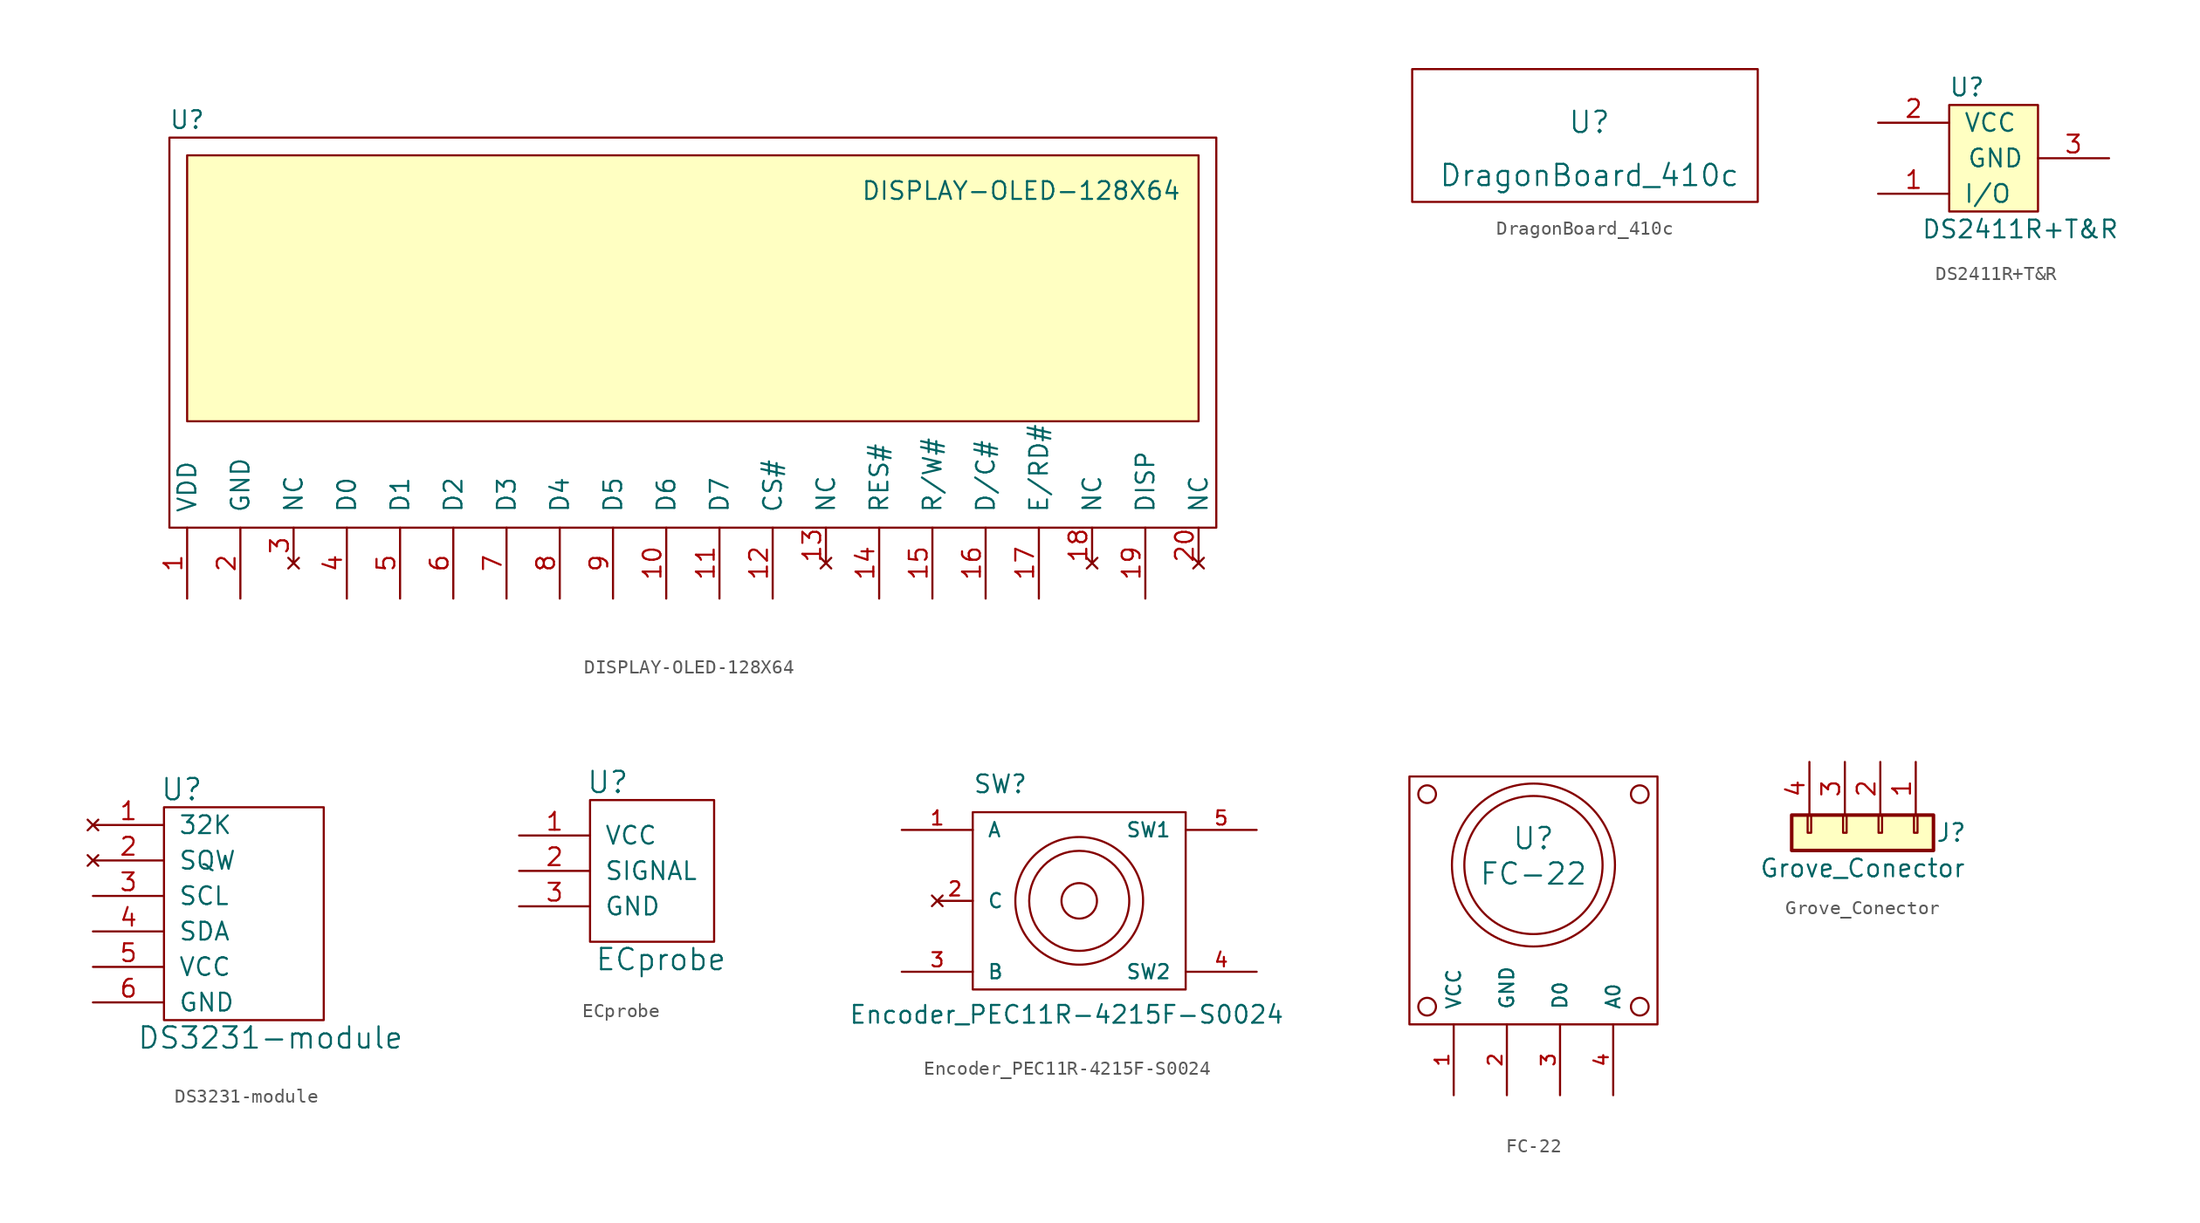
<source format=kicad_sym>
(kicad_symbol_lib
  (version 20211014)
  (generator kicad_symbol_editor)
  (symbol "DISPLAY-OLED-128X64"
    (pin_names
      (offset 1.016))
    (property "Reference" "U"
      (at 1.27 34.29 0)
      (effects (font (size 1.27 1.27))))
    (property "Value" "DISPLAY-OLED-128X64"
      (at 60.96 29.21 0)
      (effects (font (size 1.27 1.27))))
    (symbol "DISPLAY-OLED-128X64_0_1"
      (rectangle (start 0 5.08) (end 74.93 33.02) (stroke (width 0) (type default) (color 0 0 0 0)) (fill (type none)))
      (rectangle (start 1.27 31.75) (end 73.66 12.7) (stroke (width 0) (type default) (color 0 0 0 0)) (fill (type background))))
    (symbol "DISPLAY-OLED-128X64_1_1"
      (pin input line (at 1.27 0 90) (length 5.08) (name "VDD" (effects (font (size 1.27 1.27)))) (number "1" (effects (font (size 1.27 1.27)))))
      (pin input line (at 35.56 0 90) (length 5.08) (name "D6" (effects (font (size 1.27 1.27)))) (number "10" (effects (font (size 1.27 1.27)))))
      (pin input line (at 39.37 0 90) (length 5.08) (name "D7" (effects (font (size 1.27 1.27)))) (number "11" (effects (font (size 1.27 1.27)))))
      (pin input line (at 43.18 0 90) (length 5.08) (name "CS#" (effects (font (size 1.27 1.27)))) (number "12" (effects (font (size 1.27 1.27)))))
      (pin no_connect line (at 46.99 2.54 90) (length 2.54) (name "NC" (effects (font (size 1.27 1.27)))) (number "13" (effects (font (size 1.27 1.27)))))
      (pin input line (at 50.8 0 90) (length 5.08) (name "RES#" (effects (font (size 1.27 1.27)))) (number "14" (effects (font (size 1.27 1.27)))))
      (pin input line (at 54.61 0 90) (length 5.08) (name "R/W#" (effects (font (size 1.27 1.27)))) (number "15" (effects (font (size 1.27 1.27)))))
      (pin input line (at 58.42 0 90) (length 5.08) (name "D/C#" (effects (font (size 1.27 1.27)))) (number "16" (effects (font (size 1.27 1.27)))))
      (pin input line (at 62.23 0 90) (length 5.08) (name "E/RD#" (effects (font (size 1.27 1.27)))) (number "17" (effects (font (size 1.27 1.27)))))
      (pin no_connect line (at 66.04 2.54 90) (length 2.54) (name "NC" (effects (font (size 1.27 1.27)))) (number "18" (effects (font (size 1.27 1.27)))))
      (pin input line (at 69.85 0 90) (length 5.08) (name "DISP" (effects (font (size 1.27 1.27)))) (number "19" (effects (font (size 1.27 1.27)))))
      (pin input line (at 5.08 0 90) (length 5.08) (name "GND" (effects (font (size 1.27 1.27)))) (number "2" (effects (font (size 1.27 1.27)))))
      (pin no_connect line (at 73.66 2.54 90) (length 2.54) (name "NC" (effects (font (size 1.27 1.27)))) (number "20" (effects (font (size 1.27 1.27)))))
      (pin no_connect line (at 8.89 2.54 90) (length 2.54) (name "NC" (effects (font (size 1.27 1.27)))) (number "3" (effects (font (size 1.27 1.27)))))
      (pin input line (at 12.7 0 90) (length 5.08) (name "D0" (effects (font (size 1.27 1.27)))) (number "4" (effects (font (size 1.27 1.27)))))
      (pin input line (at 16.51 0 90) (length 5.08) (name "D1" (effects (font (size 1.27 1.27)))) (number "5" (effects (font (size 1.27 1.27)))))
      (pin input line (at 20.32 0 90) (length 5.08) (name "D2" (effects (font (size 1.27 1.27)))) (number "6" (effects (font (size 1.27 1.27)))))
      (pin input line (at 24.13 0 90) (length 5.08) (name "D3" (effects (font (size 1.27 1.27)))) (number "7" (effects (font (size 1.27 1.27)))))
      (pin input line (at 27.94 0 90) (length 5.08) (name "D4" (effects (font (size 1.27 1.27)))) (number "8" (effects (font (size 1.27 1.27)))))
      (pin input line (at 31.75 0 90) (length 5.08) (name "D5" (effects (font (size 1.27 1.27)))) (number "9" (effects (font (size 1.27 1.27)))))))
  (symbol "DragonBoard_410c"
    (pin_names
      (offset 1.016))
    (property "Reference" "U"
      (at 2.54 21.59 0)
      (effects (font (size 1.524 1.524))))
    (property "Value" "DragonBoard_410c"
      (at 2.54 17.78 0)
      (effects (font (size 1.524 1.524))))
    (symbol "DragonBoard_410c_0_1"
      (rectangle (start -10.16 25.4) (end 14.605 15.875) (stroke (width 0) (type default) (color 0 0 0 0)) (fill (type none)))))
  (symbol "DS2411R+T&R"
    (pin_names
      (offset 1.016))
    (property "Reference" "U"
      (at -3.81 5.08 0)
      (effects (font (size 1.27 1.27))))
    (property "Value" "DS2411R+T&R"
      (at 0 -5.08 0)
      (effects (font (size 1.27 1.27))))
    (symbol "DS2411R+T&R_0_1"
      (rectangle (start -5.08 3.81) (end 1.27 -3.81) (stroke (width 0) (type default) (color 0 0 0 0)) (fill (type background))))
    (symbol "DS2411R+T&R_1_1"
      (pin input line (at -10.16 -2.54 0) (length 5.08) (name "I/O" (effects (font (size 1.27 1.27)))) (number "1" (effects (font (size 1.27 1.27)))))
      (pin input line (at -10.16 2.54 0) (length 5.08) (name "VCC" (effects (font (size 1.27 1.27)))) (number "2" (effects (font (size 1.27 1.27)))))
      (pin input line (at 6.35 0 180) (length 5.08) (name "GND" (effects (font (size 1.27 1.27)))) (number "3" (effects (font (size 1.27 1.27)))))))
  (symbol "DS3231-module"
    (pin_names
      (offset 1.016))
    (property "Reference" "U"
      (at -5.08 8.89 0)
      (effects (font (size 1.524 1.524))))
    (property "Value" "DS3231-module"
      (at 1.27 -8.89 0)
      (effects (font (size 1.524 1.524))))
    (property "Footprint" ""
      (at 0 -2.54 0)
      (effects (font (size 1.524 1.524))))
    (property "Datasheet" ""
      (at 0 -2.54 0)
      (effects (font (size 1.524 1.524))))
    (symbol "DS3231-module_0_1"
      (rectangle (start -6.35 7.62) (end 5.08 -7.62) (stroke (width 0) (type default) (color 0 0 0 0)) (fill (type none))))
    (symbol "DS3231-module_1_1"
      (pin no_connect line (at -11.43 6.35 0) (length 5.08) (name "32K" (effects (font (size 1.27 1.27)))) (number "1" (effects (font (size 1.27 1.27)))))
      (pin no_connect line (at -11.43 3.81 0) (length 5.08) (name "SQW" (effects (font (size 1.27 1.27)))) (number "2" (effects (font (size 1.27 1.27)))))
      (pin input line (at -11.43 1.27 0) (length 5.08) (name "SCL" (effects (font (size 1.27 1.27)))) (number "3" (effects (font (size 1.27 1.27)))))
      (pin bidirectional line (at -11.43 -1.27 0) (length 5.08) (name "SDA" (effects (font (size 1.27 1.27)))) (number "4" (effects (font (size 1.27 1.27)))))
      (pin power_in line (at -11.43 -3.81 0) (length 5.08) (name "VCC" (effects (font (size 1.27 1.27)))) (number "5" (effects (font (size 1.27 1.27)))))
      (pin power_in line (at -11.43 -6.35 0) (length 5.08) (name "GND" (effects (font (size 1.27 1.27)))) (number "6" (effects (font (size 1.27 1.27)))))))
  (symbol "ECprobe"
    (pin_names
      (offset 1.016))
    (property "Reference" "U"
      (at -2.54 11.43 0)
      (effects (font (size 1.524 1.524))))
    (property "Value" "ECprobe"
      (at 1.27 -1.27 0)
      (effects (font (size 1.524 1.524))))
    (property "Footprint" ""
      (at 0 0 0)
      (effects (font (size 1.524 1.524))))
    (property "Datasheet" ""
      (at 0 0 0)
      (effects (font (size 1.524 1.524))))
    (symbol "ECprobe_0_1"
      (rectangle (start -3.81 10.16) (end 5.08 0) (stroke (width 0) (type default) (color 0 0 0 0)) (fill (type none))))
    (symbol "ECprobe_1_1"
      (pin power_in line (at -8.89 7.62 0) (length 5.08) (name "VCC" (effects (font (size 1.27 1.27)))) (number "1" (effects (font (size 1.27 1.27)))))
      (pin output line (at -8.89 5.08 0) (length 5.08) (name "SIGNAL" (effects (font (size 1.27 1.27)))) (number "2" (effects (font (size 1.27 1.27)))))
      (pin power_in line (at -8.89 2.54 0) (length 5.08) (name "GND" (effects (font (size 1.27 1.27)))) (number "3" (effects (font (size 1.27 1.27)))))))
  (symbol "Encoder_PEC11R-4215F-S0024"
    (pin_names
      (offset 1.016))
    (property "Reference" "SW"
      (at -6.35 3.81 0)
      (effects (font (size 1.27 1.27)) (justify left bottom)))
    (property "Value" "Encoder_PEC11R-4215F-S0024"
      (at -15.24 -12.7 0)
      (effects (font (size 1.27 1.27)) (justify left bottom)))
    (symbol "Encoder_PEC11R-4215F-S0024_0_0"
      (pin passive line (at -11.43 1.27 0) (length 5.08) (name "A" (effects (font (size 1.016 1.016)))) (number "1" (effects (font (size 1.016 1.016)))))
      (pin no_connect line (at -8.89 -3.81 0) (length 2.54) (name "C" (effects (font (size 1.016 1.016)))) (number "2" (effects (font (size 1.016 1.016)))))
      (pin passive line (at -11.43 -8.89 0) (length 5.08) (name "B" (effects (font (size 1.016 1.016)))) (number "3" (effects (font (size 1.016 1.016)))))
      (pin passive line (at 13.97 -8.89 180) (length 5.08) (name "SW2" (effects (font (size 1.016 1.016)))) (number "4" (effects (font (size 1.016 1.016)))))
      (pin passive line (at 13.97 1.27 180) (length 5.08) (name "SW1" (effects (font (size 1.016 1.016)))) (number "5" (effects (font (size 1.016 1.016))))))
    (symbol "Encoder_PEC11R-4215F-S0024_0_1"
      (rectangle (start -6.35 2.54) (end 8.89 -10.16) (stroke (width 0) (type default) (color 0 0 0 0)) (fill (type none))))
    (symbol "Encoder_PEC11R-4215F-S0024_1_1"
      (circle (center 1.27 -3.81) (radius 1.27) (stroke (width 0) (type default) (color 0 0 0 0)) (fill (type none)))
      (circle (center 1.27 -3.81) (radius 3.581) (stroke (width 0) (type default) (color 0 0 0 0)) (fill (type none)))
      (circle (center 1.27 -3.81) (radius 4.572) (stroke (width 0) (type default) (color 0 0 0 0)) (fill (type none)))))
  (symbol "FC-22"
    (pin_names
      (offset 1.016))
    (property "Reference" "U"
      (at 0 10.795 0)
      (effects (font (size 1.524 1.524))))
    (property "Value" "FC-22"
      (at 0 8.255 0)
      (effects (font (size 1.524 1.524))))
    (symbol "FC-22_0_1"
      (circle (center -7.62 -1.27) (radius 0.635) (stroke (width 0) (type default) (color 0 0 0 0)) (fill (type none)))
      (circle (center -7.62 13.97) (radius 0.635) (stroke (width 0) (type default) (color 0 0 0 0)) (fill (type none)))
      (circle (center 0 8.89) (radius 4.953) (stroke (width 0) (type default) (color 0 0 0 0)) (fill (type none)))
      (circle (center 0 8.89) (radius 5.842) (stroke (width 0) (type default) (color 0 0 0 0)) (fill (type none)))
      (circle (center 7.62 -1.27) (radius 0.635) (stroke (width 0) (type default) (color 0 0 0 0)) (fill (type none)))
      (circle (center 7.62 13.97) (radius 0.635) (stroke (width 0) (type default) (color 0 0 0 0)) (fill (type none)))
      (rectangle (start 8.89 15.24) (end -8.89 -2.54) (stroke (width 0) (type default) (color 0 0 0 0)) (fill (type none))))
    (symbol "FC-22_1_1"
      (pin power_in line (at -5.715 -7.62 90) (length 5.08) (name "VCC" (effects (font (size 0.991 0.991)))) (number "1" (effects (font (size 0.991 0.991)))))
      (pin power_out line (at -1.905 -7.62 90) (length 5.08) (name "GND" (effects (font (size 0.991 0.991)))) (number "2" (effects (font (size 0.991 0.991)))))
      (pin output line (at 1.905 -7.62 90) (length 5.08) (name "D0" (effects (font (size 0.991 0.991)))) (number "3" (effects (font (size 0.991 0.991)))))
      (pin output line (at 5.715 -7.62 90) (length 5.08) (name "A0" (effects (font (size 0.991 0.991)))) (number "4" (effects (font (size 0.991 0.991)))))))
  (symbol "Grove_Conector"
    (pin_names
      (offset 1.016) hide)
    (property "Reference" "J"
      (at 6.35 1.27 0)
      (effects (font (size 1.27 1.27))))
    (property "Value" "Grove_Conector"
      (at 0 -1.27 0)
      (effects (font (size 1.27 1.27))))
    (symbol "Grove_Conector_1_1"
      (rectangle (start -3.683 2.54) (end -3.937 1.27) (stroke (width 0.152) (type default) (color 0 0 0 0)) (fill (type none)))
      (rectangle (start -1.143 2.54) (end -1.397 1.27) (stroke (width 0.152) (type default) (color 0 0 0 0)) (fill (type none)))
      (rectangle (start 1.397 2.54) (end 1.143 1.27) (stroke (width 0.152) (type default) (color 0 0 0 0)) (fill (type none)))
      (rectangle (start 3.937 2.54) (end 3.683 1.27) (stroke (width 0.152) (type default) (color 0 0 0 0)) (fill (type none)))
      (rectangle (start 5.08 2.54) (end -5.08 0) (stroke (width 0.254) (type default) (color 0 0 0 0)) (fill (type background)))
      (pin passive line (at 3.81 6.35 270) (length 3.81) (name "Pin_1" (effects (font (size 1.27 1.27)))) (number "1" (effects (font (size 1.27 1.27)))))
      (pin passive line (at 1.27 6.35 270) (length 3.81) (name "Pin_2" (effects (font (size 1.27 1.27)))) (number "2" (effects (font (size 1.27 1.27)))))
      (pin passive line (at -1.27 6.35 270) (length 3.81) (name "Pin_3" (effects (font (size 1.27 1.27)))) (number "3" (effects (font (size 1.27 1.27)))))
      (pin passive line (at -3.81 6.35 270) (length 3.81) (name "Pin_4" (effects (font (size 1.27 1.27)))) (number "4" (effects (font (size 1.27 1.27))))))))
</source>
